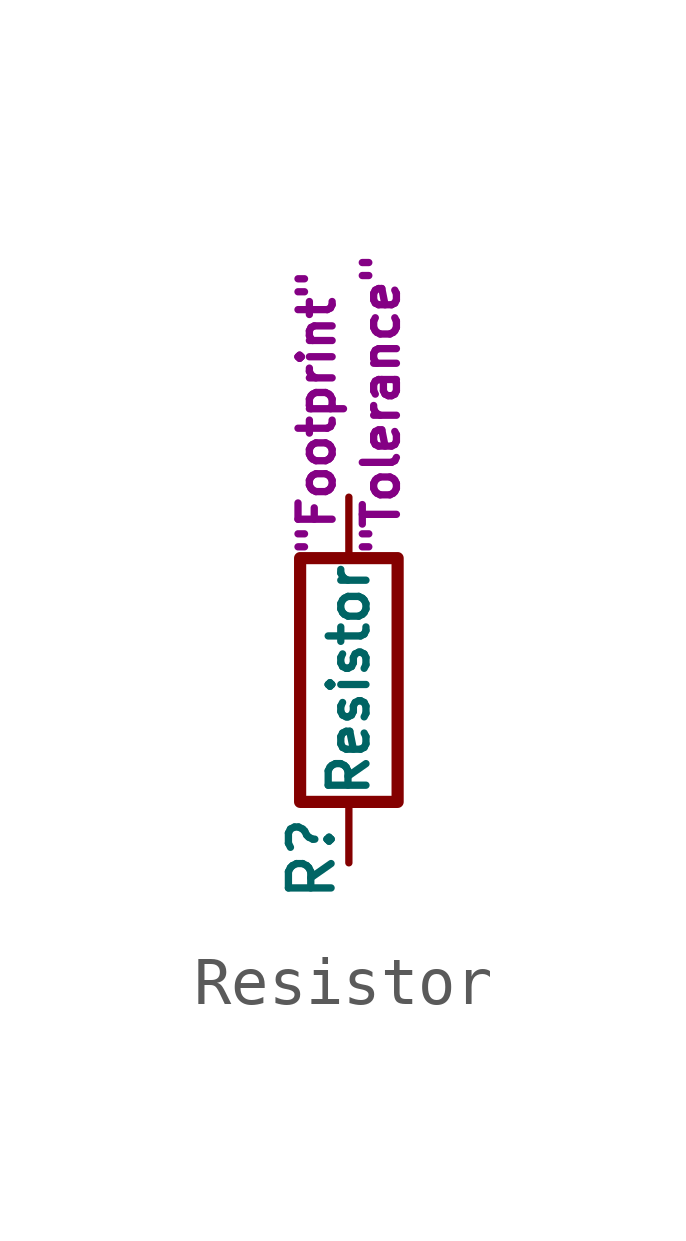
<source format=kicad_sym>
(kicad_symbol_lib
  (version 20231120)
  (generator "kicad_symbol_editor")
  (generator_version "8.0")
  (symbol "Resistor"
    (pin_numbers hide)
    (pin_names
      (offset 0) hide)
    (property "Reference" "R"
      (at -0.254 -2.794 90)
      (effects (font (size 0.889 0.889)) (justify right bottom)))
    (property "Value" "Resistor"
      (at 0 0 90)
      (effects (font (size 0.787 0.787))))
    (property "Tolerance" "\"Tolerance\""
      (at 0.254 2.54 90)
      (effects (font (size 0.711 0.711)) (justify left top)))
    (property "Case" "\"Footprint\""
      (at -0.254 2.54 90)
      (effects (font (size 0.711 0.711)) (justify left bottom)))
    (symbol "Resistor_0_1"
      (rectangle (start -1.016 -2.54) (end 1.016 2.54) (stroke (width 0.254) (type default)) (fill (type none))))
    (symbol "Resistor_1_1"
      (pin passive line (at 0 3.81 270) (length 1.27) (name "~" (effects (font (size 1 1)))) (number "1" (effects (font (size 1 1)))))
      (pin passive line (at 0 -3.81 90) (length 1.27) (name "~" (effects (font (size 1 1)))) (number "2" (effects (font (size 1 1))))))))
</source>
